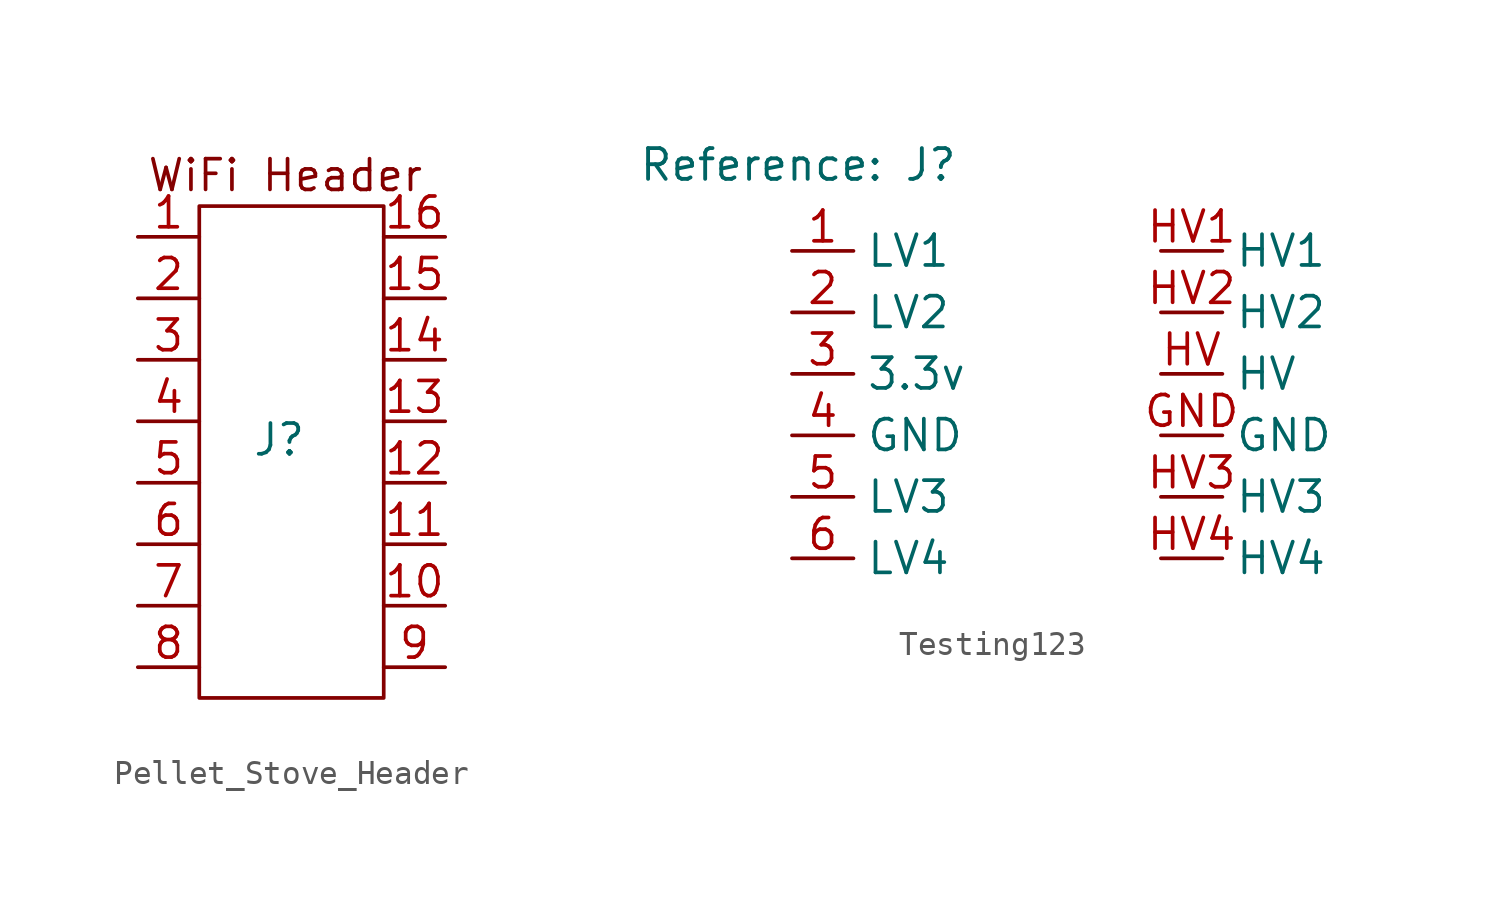
<source format=kicad_sym>
(kicad_symbol_lib
  (version 20231120)
  (generator "kicad_symbol_editor")
  (generator_version "8.0")
  (symbol "Pellet_Stove_Header"
    (pin_names hide)
    (property "Reference" "J"
      (at 0.762 0.508 0)
      (effects (font (size 1.27 1.27))))
    (property "Value" ""
      (at 7.62 -8.89 0)
      (effects (font (size 1.27 1.27))))
    (symbol "Pellet_Stove_Header_0_1"
      (polyline (pts (xy -2.54 10.16) (xy 5.08 10.16) (xy 5.08 -10.16) (xy -2.54 -10.16) (xy -2.54 10.16)) (stroke (width 0) (type default)) (fill (type none))))
    (symbol "Pellet_Stove_Header_1_1"
      (text "WiFi Header" (at 1.016 11.43 0) (effects (font (size 1.27 1.27))))
      (pin input line (at -5.08 8.89 0) (length 2.54) (name "1" (effects (font (size 1.27 1.27)))) (number "1" (effects (font (size 1.27 1.27)))))
      (pin input line (at 7.62 -6.35 180) (length 2.54) (name "10" (effects (font (size 1.27 1.27)))) (number "10" (effects (font (size 1.27 1.27)))))
      (pin input line (at 7.62 -3.81 180) (length 2.54) (name "11" (effects (font (size 1.27 1.27)))) (number "11" (effects (font (size 1.27 1.27)))))
      (pin input line (at 7.62 -1.27 180) (length 2.54) (name "12" (effects (font (size 1.27 1.27)))) (number "12" (effects (font (size 1.27 1.27)))))
      (pin input line (at 7.62 1.27 180) (length 2.54) (name "13" (effects (font (size 1.27 1.27)))) (number "13" (effects (font (size 1.27 1.27)))))
      (pin input line (at 7.62 3.81 180) (length 2.54) (name "14" (effects (font (size 1.27 1.27)))) (number "14" (effects (font (size 1.27 1.27)))))
      (pin input line (at 7.62 6.35 180) (length 2.54) (name "15" (effects (font (size 1.27 1.27)))) (number "15" (effects (font (size 1.27 1.27)))))
      (pin input line (at 7.62 8.89 180) (length 2.54) (name "16" (effects (font (size 1.27 1.27)))) (number "16" (effects (font (size 1.27 1.27)))))
      (pin input line (at -5.08 6.35 0) (length 2.54) (name "2" (effects (font (size 1.27 1.27)))) (number "2" (effects (font (size 1.27 1.27)))))
      (pin input line (at -5.08 3.81 0) (length 2.54) (name "3" (effects (font (size 1.27 1.27)))) (number "3" (effects (font (size 1.27 1.27)))))
      (pin input line (at -5.08 1.27 0) (length 2.54) (name "4" (effects (font (size 1.27 1.27)))) (number "4" (effects (font (size 1.27 1.27)))))
      (pin input line (at -5.08 -1.27 0) (length 2.54) (name "5" (effects (font (size 1.27 1.27)))) (number "5" (effects (font (size 1.27 1.27)))))
      (pin input line (at -5.08 -3.81 0) (length 2.54) (name "6" (effects (font (size 1.27 1.27)))) (number "6" (effects (font (size 1.27 1.27)))))
      (pin input line (at -5.08 -6.35 0) (length 2.54) (name "7" (effects (font (size 1.27 1.27)))) (number "7" (effects (font (size 1.27 1.27)))))
      (pin input line (at -5.08 -8.89 0) (length 2.54) (name "8" (effects (font (size 1.27 1.27)))) (number "8" (effects (font (size 1.27 1.27)))))
      (pin input line (at 7.62 -8.89 180) (length 2.54) (name "9" (effects (font (size 1.27 1.27)))) (number "9" (effects (font (size 1.27 1.27)))))))
  (symbol "Testing123"
    (property "Reference" "J"
      (at 0.254 3.556 0)
      (show_name)
      (effects (font (size 1.27 1.27) (thickness 0.159))))
    (property "Value" ""
      (at 0 0 0)
      (effects (font (size 1.27 1.27))))
    (symbol "Testing123_1_1"
      (pin input line (at 0 0 0) (length 2.54) (name "LV1" (effects (font (size 1.27 1.27)))) (number "1" (effects (font (size 1.27 1.27)))))
      (pin input line (at 0 -2.54 0) (length 2.54) (name "LV2" (effects (font (size 1.27 1.27)))) (number "2" (effects (font (size 1.27 1.27)))))
      (pin input line (at 0 -5.08 0) (length 2.54) (name "3.3v" (effects (font (size 1.27 1.27)))) (number "3" (effects (font (size 1.27 1.27)))))
      (pin input line (at 0 -7.62 0) (length 2.54) (name "GND" (effects (font (size 1.27 1.27)))) (number "4" (effects (font (size 1.27 1.27)))))
      (pin input line (at 0 -10.16 0) (length 2.54) (name "LV3" (effects (font (size 1.27 1.27)))) (number "5" (effects (font (size 1.27 1.27)))))
      (pin input line (at 0 -12.7 0) (length 2.54) (name "LV4" (effects (font (size 1.27 1.27)))) (number "6" (effects (font (size 1.27 1.27)))))
      (pin input line (at 15.24 -7.62 0) (length 2.54) (name "GND" (effects (font (size 1.27 1.27)))) (number "GND" (effects (font (size 1.27 1.27)))))
      (pin input line (at 15.24 -5.08 0) (length 2.54) (name "HV" (effects (font (size 1.27 1.27)))) (number "HV" (effects (font (size 1.27 1.27)))))
      (pin input line (at 15.24 0 0) (length 2.54) (name "HV1" (effects (font (size 1.27 1.27)))) (number "HV1" (effects (font (size 1.27 1.27)))))
      (pin input line (at 15.24 -2.54 0) (length 2.54) (name "HV2" (effects (font (size 1.27 1.27)))) (number "HV2" (effects (font (size 1.27 1.27)))))
      (pin input line (at 15.24 -10.16 0) (length 2.54) (name "HV3" (effects (font (size 1.27 1.27)))) (number "HV3" (effects (font (size 1.27 1.27)))))
      (pin input line (at 15.24 -12.7 0) (length 2.54) (name "HV4" (effects (font (size 1.27 1.27)))) (number "HV4" (effects (font (size 1.27 1.27))))))))
</source>
